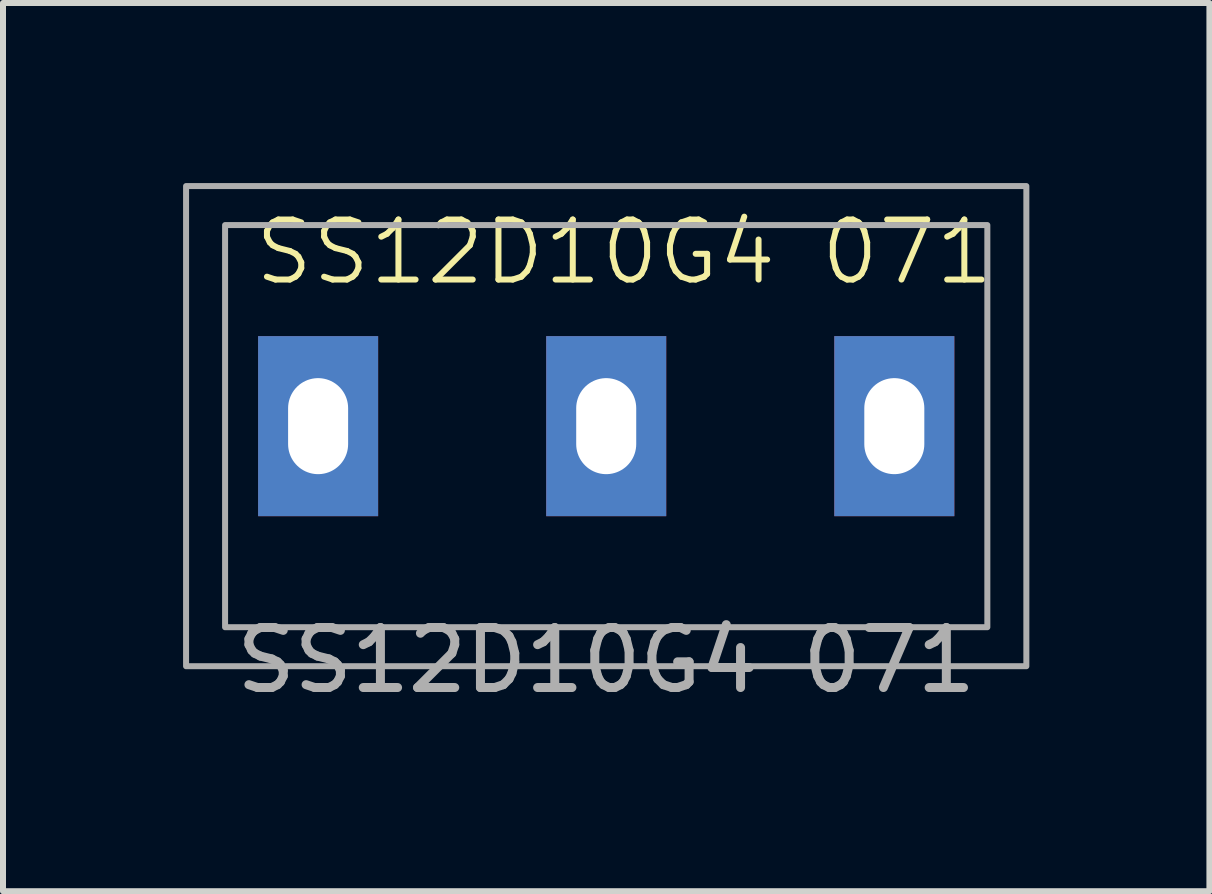
<source format=kicad_pcb>
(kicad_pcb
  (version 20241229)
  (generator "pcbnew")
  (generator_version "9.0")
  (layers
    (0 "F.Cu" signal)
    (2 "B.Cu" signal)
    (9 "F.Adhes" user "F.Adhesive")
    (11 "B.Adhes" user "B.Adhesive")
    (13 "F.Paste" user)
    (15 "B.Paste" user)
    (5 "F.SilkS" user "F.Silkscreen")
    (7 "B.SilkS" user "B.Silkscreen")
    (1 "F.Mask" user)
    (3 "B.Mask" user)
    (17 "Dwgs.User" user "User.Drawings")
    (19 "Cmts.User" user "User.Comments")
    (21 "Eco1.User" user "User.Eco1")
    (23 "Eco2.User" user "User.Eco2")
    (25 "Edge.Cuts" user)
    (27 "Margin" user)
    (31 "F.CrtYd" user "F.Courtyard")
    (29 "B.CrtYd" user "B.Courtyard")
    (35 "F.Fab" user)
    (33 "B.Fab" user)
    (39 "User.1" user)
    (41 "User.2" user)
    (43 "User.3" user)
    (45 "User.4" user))
  (footprint "SS12D10G4 071"
    (layer "F.Cu")
    (at 7.05 4.05)
    (property "Reference" "SS12D10G4 071" (at 0.3 -2.9 0) (unlocked yes) (layer "F.SilkS") (effects (font (size 1 1) (thickness 0.1))))
    (attr smd)
    (fp_rect (start -7 -4) (end 7 4) (stroke (width 0.1) (type solid)) (fill no) (layer "F.Fab"))
    (fp_rect (start -6.35 -3.35) (end 6.35 3.35) (stroke (width 0.1) (type solid)) (fill no) (layer "F.Fab"))
    (fp_text user "${REFERENCE}" (at 0 3.9 0) (unlocked yes) (layer "F.Fab") (effects (font (size 1 1) (thickness 0.15))))
    (pad "1" thru_hole rect (at -4.8 0) (size 2 3) (drill oval 1 1.6) (layers "*.Cu" "*.Mask"))
    (pad "2" thru_hole rect (at 0 0) (size 2 3) (drill oval 1 1.6) (layers "*.Cu" "*.Mask"))
    (pad "3" thru_hole rect (at 4.8 0) (size 2 3) (drill oval 1 1.6) (layers "*.Cu" "*.Mask")))
  (gr_rect
    (start -3 -3)
    (end 17.1 11.798)
    (stroke (width 0.1) (type default))
    (fill no)
    (layer "Edge.Cuts")))
</source>
